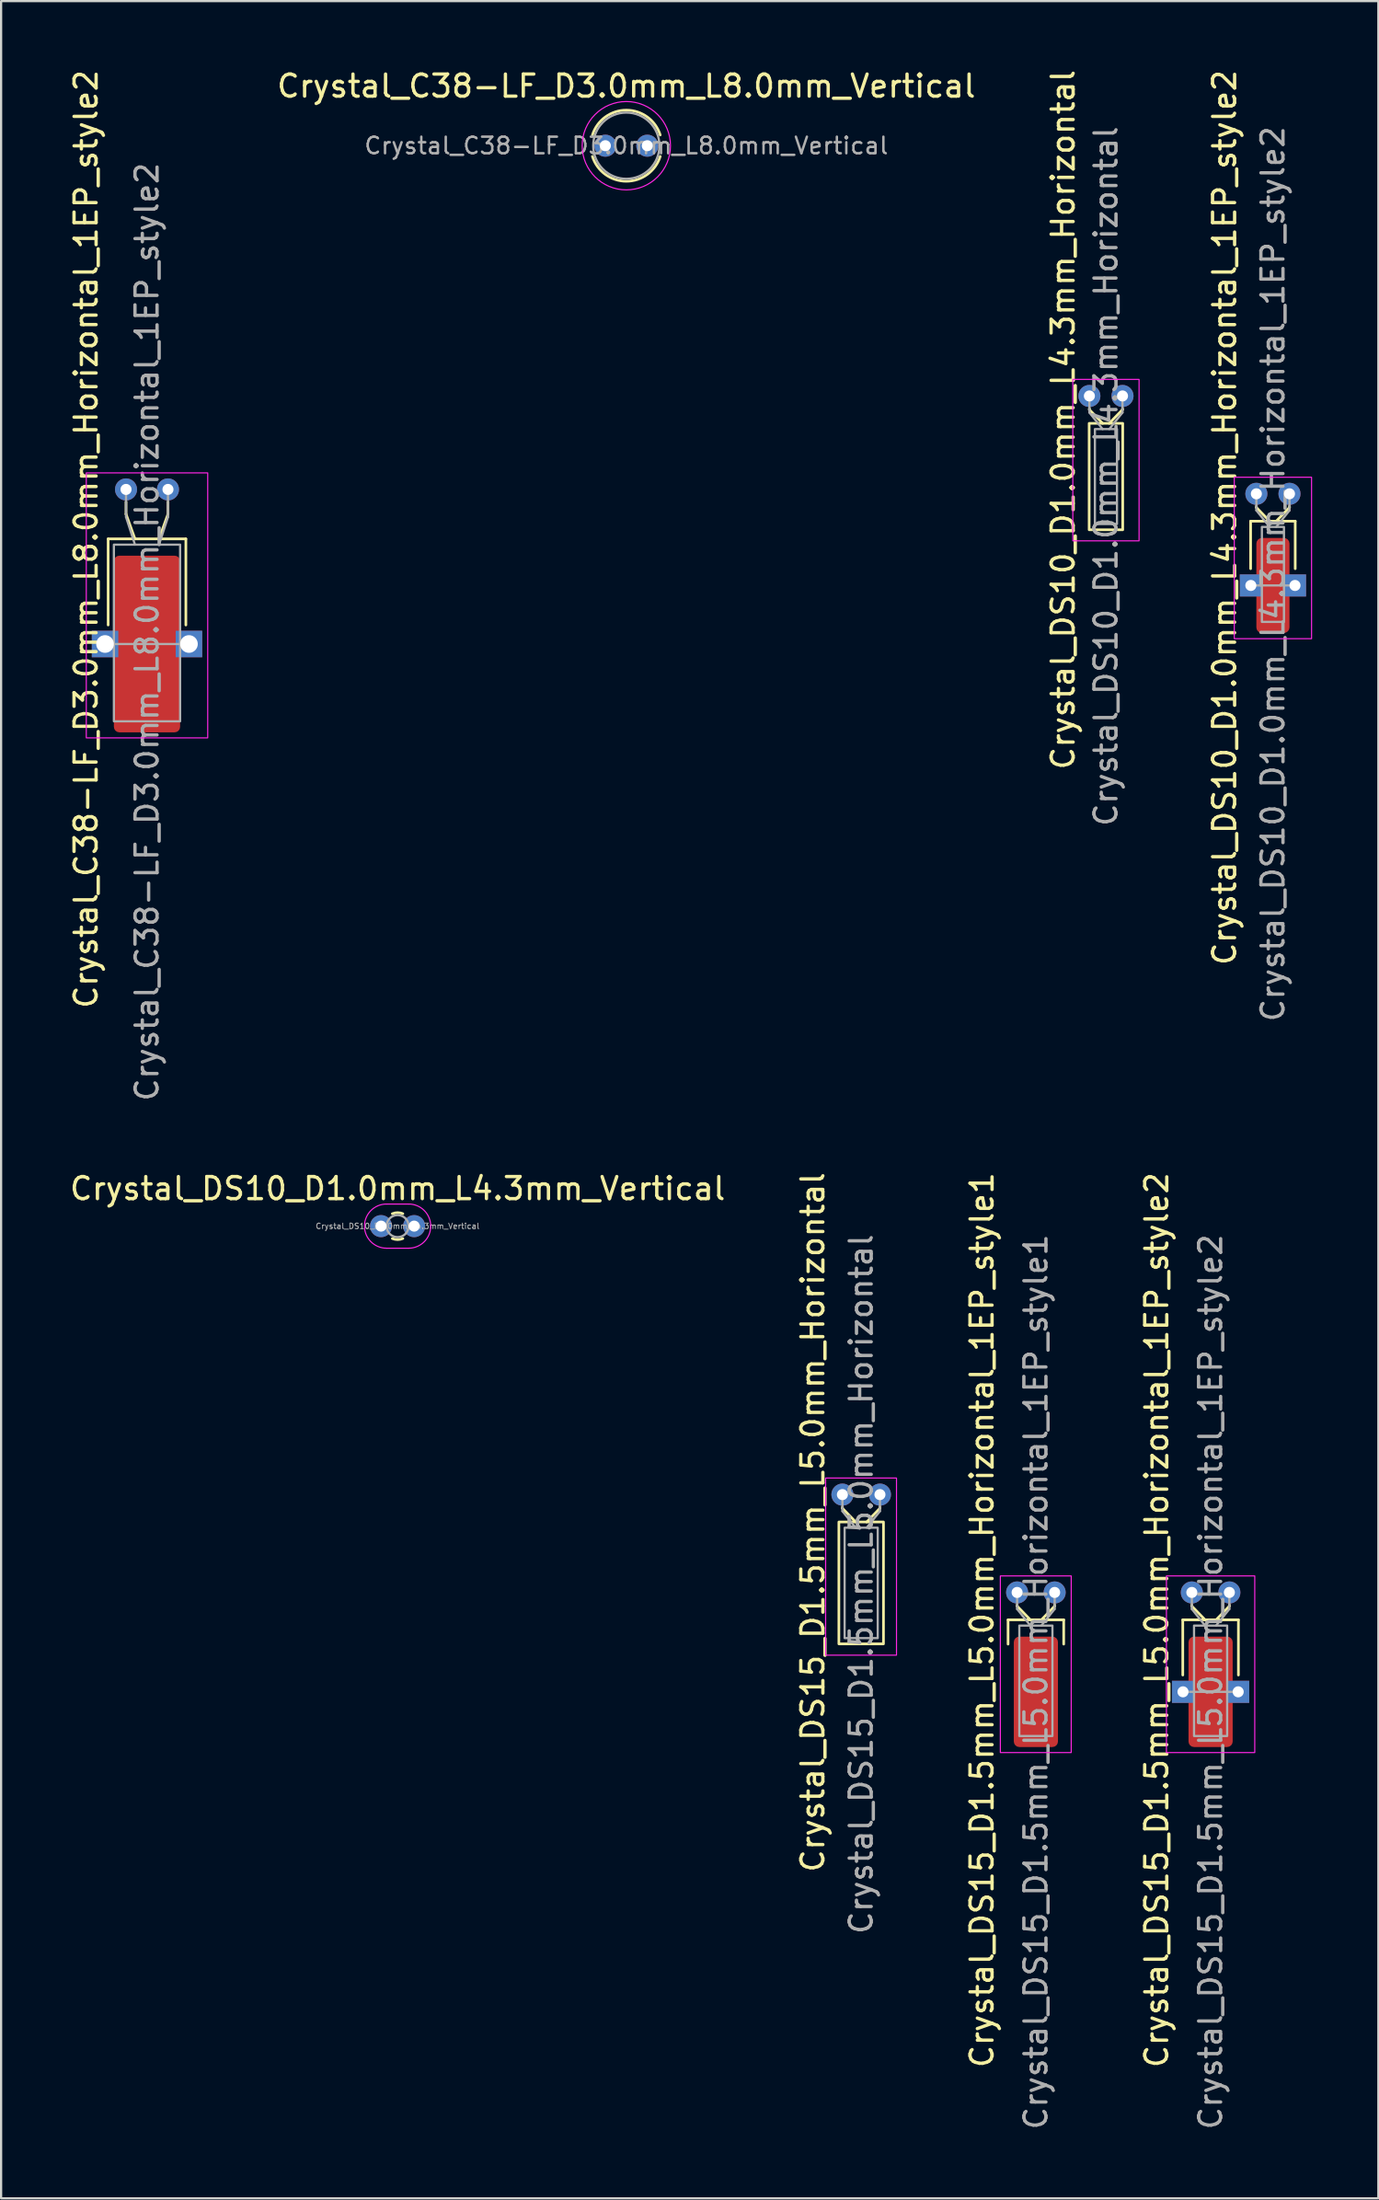
<source format=kicad_pcb>
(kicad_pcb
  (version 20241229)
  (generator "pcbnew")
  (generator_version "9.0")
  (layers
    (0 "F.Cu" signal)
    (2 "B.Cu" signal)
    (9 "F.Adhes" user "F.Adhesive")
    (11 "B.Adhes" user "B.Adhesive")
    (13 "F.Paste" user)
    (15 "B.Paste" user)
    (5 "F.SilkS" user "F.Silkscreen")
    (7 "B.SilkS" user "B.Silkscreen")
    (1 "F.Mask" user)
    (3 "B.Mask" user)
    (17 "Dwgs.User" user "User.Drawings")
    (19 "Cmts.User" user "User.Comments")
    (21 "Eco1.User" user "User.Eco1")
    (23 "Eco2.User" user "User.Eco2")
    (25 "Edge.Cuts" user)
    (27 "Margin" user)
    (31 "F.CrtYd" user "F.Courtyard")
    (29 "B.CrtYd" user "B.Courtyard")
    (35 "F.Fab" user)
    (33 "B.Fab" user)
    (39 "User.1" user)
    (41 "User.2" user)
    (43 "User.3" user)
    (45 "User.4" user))
  (footprint "Crystal_DS10_D1.0mm_L4.3mm_Vertical"
    (layer "F.Cu")
    (at 14.208 52.474)
    (property "Reference" "Crystal_DS10_D1.0mm_L4.3mm_Vertical" (at 0.75 -1.7 0) (layer "F.SilkS") (effects (font (size 1 1) (thickness 0.15))))
    (attr through_hole)
    (fp_arc (start 0.512 -0.562) (mid 0.75 -0.61) (end 0.988 -0.562) (stroke (width 0.12) (type solid)) (layer "F.SilkS"))
    (fp_arc (start 0.988 0.562) (mid 0.75 0.61) (end 0.512 0.562) (stroke (width 0.12) (type solid)) (layer "F.SilkS"))
    (fp_line (start 0.25 -1) (end 1.25 -1) (stroke (width 0.05) (type solid)) (layer "F.CrtYd"))
    (fp_line (start 1.25 1) (end 0.25 1) (stroke (width 0.05) (type solid)) (layer "F.CrtYd"))
    (fp_arc (start 0.25 1) (mid -0.75 0) (end 0.25 -1) (stroke (width 0.05) (type solid)) (layer "F.CrtYd"))
    (fp_arc (start 1.25 -1) (mid 2.25 0) (end 1.25 1) (stroke (width 0.05) (type solid)) (layer "F.CrtYd"))
    (fp_circle (center 0.75 0) (end 1.25 0) (stroke (width 0.1) (type solid)) (fill no) (layer "F.Fab"))
    (fp_text user "${REFERENCE}" (at 0.75 0 0) (layer "F.Fab") (effects (font (size 0.25 0.25) (thickness 0.04))))
    (pad "1" thru_hole circle (at 0 0) (size 1 1) (drill 0.5) (layers "*.Cu" "*.Mask"))
    (pad "2" thru_hole circle (at 1.5 0) (size 1 1) (drill 0.5) (layers "*.Cu" "*.Mask")))
  (footprint "Crystal_C38-LF_D3.0mm_L8.0mm_Horizontal_1EP_style2"
    (layer "F.Cu")
    (at 2.658 19.113)
    (property "Reference" "Crystal_C38-LF_D3.0mm_L8.0mm_Horizontal_1EP_style2" (at -1.81 2.25 90) (layer "F.SilkS") (effects (font (size 1 1) (thickness 0.15))))
    (attr through_hole)
    (fp_line (start -0.81 2.24) (end 2.71 2.24) (stroke (width 0.12) (type solid)) (layer "F.SilkS"))
    (fp_line (start -0.81 6.14) (end -0.81 2.24) (stroke (width 0.12) (type solid)) (layer "F.SilkS"))
    (fp_line (start 0 1.12) (end 0 0.56) (stroke (width 0.12) (type solid)) (layer "F.SilkS"))
    (fp_line (start 0.405 2.24) (end 0 1.12) (stroke (width 0.12) (type solid)) (layer "F.SilkS"))
    (fp_line (start 1.495 2.24) (end 1.9 1.12) (stroke (width 0.12) (type solid)) (layer "F.SilkS"))
    (fp_line (start 1.9 1.12) (end 1.9 0.56) (stroke (width 0.12) (type solid)) (layer "F.SilkS"))
    (fp_line (start 2.71 2.24) (end 2.71 6.14) (stroke (width 0.12) (type solid)) (layer "F.SilkS"))
    (fp_rect (start -1.8 -0.75) (end 3.7 11.25) (stroke (width 0.05) (type solid)) (fill no) (layer "F.CrtYd"))
    (fp_line (start -0.95 7) (end 2.85 7) (stroke (width 0.1) (type solid)) (layer "F.Fab"))
    (fp_line (start 0 1.25) (end 0 0) (stroke (width 0.1) (type solid)) (layer "F.Fab"))
    (fp_line (start 0.405 2.5) (end 0 1.25) (stroke (width 0.1) (type solid)) (layer "F.Fab"))
    (fp_line (start 1.495 2.5) (end 1.9 1.25) (stroke (width 0.1) (type solid)) (layer "F.Fab"))
    (fp_line (start 1.9 1.25) (end 1.9 0) (stroke (width 0.1) (type solid)) (layer "F.Fab"))
    (fp_rect (start -0.55 2.5) (end 2.45 10.5) (stroke (width 0.1) (type solid)) (fill no) (layer "F.Fab"))
    (fp_text user "${REFERENCE}" (at 0.95 6.45 90) (layer "F.Fab") (effects (font (size 1 1) (thickness 0.15))))
    (pad "1" thru_hole circle (at 0 0) (size 1 1) (drill 0.5) (layers "*.Cu" "*.Mask"))
    (pad "2" thru_hole circle (at 1.9 0) (size 1 1) (drill 0.5) (layers "*.Cu" "*.Mask"))
    (pad "3" thru_hole rect (at -0.95 7) (size 1.2 1.2) (drill 0.8) (layers "*.Cu" "*.Mask"))
    (pad "3" smd roundrect (at 0.95 7) (size 3 8) (layers "F.Cu" "F.Mask" "F.Paste") (roundrect_rratio 0.083))
    (pad "3" thru_hole rect (at 2.85 7) (size 1.2 1.2) (drill 0.8) (layers "*.Cu" "*.Mask")))
  (footprint "Crystal_DS15_D1.5mm_L5.0mm_Horizontal_1EP_style1"
    (layer "F.Cu")
    (at 43.018 69.063)
    (property "Reference" "Crystal_DS15_D1.5mm_L5.0mm_Horizontal_1EP_style1" (at -1.59 1.25 90) (layer "F.SilkS") (effects (font (size 1 1) (thickness 0.15))))
    (attr through_hole)
    (fp_line (start -0.41 1.24) (end 2.11 1.24) (stroke (width 0.12) (type solid)) (layer "F.SilkS"))
    (fp_line (start -0.41 2.34) (end -0.41 1.24) (stroke (width 0.12) (type solid)) (layer "F.SilkS"))
    (fp_line (start 0 0.62) (end 0 0.56) (stroke (width 0.12) (type solid)) (layer "F.SilkS"))
    (fp_line (start 0.6 1.24) (end 0 0.62) (stroke (width 0.12) (type solid)) (layer "F.SilkS"))
    (fp_line (start 1.1 1.24) (end 1.7 0.62) (stroke (width 0.12) (type solid)) (layer "F.SilkS"))
    (fp_line (start 1.7 0.62) (end 1.7 0.56) (stroke (width 0.12) (type solid)) (layer "F.SilkS"))
    (fp_line (start 2.11 1.24) (end 2.11 2.34) (stroke (width 0.12) (type solid)) (layer "F.SilkS"))
    (fp_rect (start -0.76 -0.75) (end 2.45 7.25) (stroke (width 0.05) (type solid)) (fill no) (layer "F.CrtYd"))
    (fp_line (start 0 0.75) (end 0 0) (stroke (width 0.1) (type solid)) (layer "F.Fab"))
    (fp_line (start 0.6 1.5) (end 0 0.75) (stroke (width 0.1) (type solid)) (layer "F.Fab"))
    (fp_line (start 1.1 1.5) (end 1.7 0.75) (stroke (width 0.1) (type solid)) (layer "F.Fab"))
    (fp_line (start 1.7 0.75) (end 1.7 0) (stroke (width 0.1) (type solid)) (layer "F.Fab"))
    (fp_rect (start 0.1 1.5) (end 1.6 6.5) (stroke (width 0.1) (type solid)) (fill no) (layer "F.Fab"))
    (fp_text user "${REFERENCE}" (at 0.85 4.05 90) (layer "F.Fab") (effects (font (size 1 1) (thickness 0.15))))
    (pad "1" thru_hole circle (at 0 0) (size 1 1) (drill 0.5) (layers "*.Cu" "*.Mask"))
    (pad "2" thru_hole circle (at 1.7 0) (size 1 1) (drill 0.5) (layers "*.Cu" "*.Mask"))
    (pad "3" smd roundrect (at 0.85 4.5) (size 2 5) (layers "F.Cu" "F.Mask" "F.Paste") (roundrect_rratio 0.125)))
  (footprint "Crystal_DS10_D1.0mm_L4.3mm_Horizontal"
    (layer "F.Cu")
    (at 46.291 14.881)
    (property "Reference" "Crystal_DS10_D1.0mm_L4.3mm_Horizontal" (at -1.19 1.077 90) (layer "F.SilkS") (effects (font (size 1 1) (thickness 0.15))))
    (attr through_hole)
    (fp_line (start 0 0.62) (end 0 0.56) (stroke (width 0.12) (type solid)) (layer "F.SilkS"))
    (fp_line (start 0.6 1.24) (end 0 0.62) (stroke (width 0.12) (type solid)) (layer "F.SilkS"))
    (fp_line (start 0.9 1.24) (end 1.5 0.62) (stroke (width 0.12) (type solid)) (layer "F.SilkS"))
    (fp_line (start 1.5 0.62) (end 1.5 0.56) (stroke (width 0.12) (type solid)) (layer "F.SilkS"))
    (fp_rect (start -0.01 1.24) (end 1.51 6.06) (stroke (width 0.12) (type solid)) (fill no) (layer "F.SilkS"))
    (fp_rect (start -0.75 -0.75) (end 2.25 6.56) (stroke (width 0.05) (type solid)) (fill no) (layer "F.CrtYd"))
    (fp_line (start 0 0.75) (end 0 0) (stroke (width 0.1) (type solid)) (layer "F.Fab"))
    (fp_line (start 0.6 1.5) (end 0 0.75) (stroke (width 0.1) (type solid)) (layer "F.Fab"))
    (fp_line (start 0.9 1.5) (end 1.5 0.75) (stroke (width 0.1) (type solid)) (layer "F.Fab"))
    (fp_line (start 1.5 0.75) (end 1.5 0) (stroke (width 0.1) (type solid)) (layer "F.Fab"))
    (fp_rect (start 0.25 1.5) (end 1.25 5.8) (stroke (width 0.1) (type solid)) (fill no) (layer "F.Fab"))
    (fp_text user "${REFERENCE}" (at 0.75 3.636 90) (layer "F.Fab") (effects (font (size 1 1) (thickness 0.15))))
    (pad "1" thru_hole circle (at 0 0) (size 1 1) (drill 0.5) (layers "*.Cu" "*.Mask"))
    (pad "2" thru_hole circle (at 1.5 0) (size 1 1) (drill 0.5) (layers "*.Cu" "*.Mask")))
  (footprint "Crystal_C38-LF_D3.0mm_L8.0mm_Vertical"
    (layer "F.Cu")
    (at 24.368 3.548)
    (property "Reference" "Crystal_C38-LF_D3.0mm_L8.0mm_Vertical" (at 0.95 -2.7 0) (layer "F.SilkS") (effects (font (size 1 1) (thickness 0.15))))
    (attr through_hole)
    (fp_arc (start -0.585 -0.485) (mid 0.95 -1.61) (end 2.485 -0.485) (stroke (width 0.12) (type solid)) (layer "F.SilkS"))
    (fp_arc (start 2.485 0.485) (mid 0.95 1.61) (end -0.585 0.485) (stroke (width 0.12) (type solid)) (layer "F.SilkS"))
    (fp_circle (center 0.95 0) (end 2.95 0) (stroke (width 0.05) (type solid)) (fill no) (layer "F.CrtYd"))
    (fp_circle (center 0.95 0) (end 2.45 0) (stroke (width 0.1) (type solid)) (fill no) (layer "F.Fab"))
    (fp_text user "${REFERENCE}" (at 0.95 0 0) (layer "F.Fab") (effects (font (size 0.75 0.75) (thickness 0.11))))
    (pad "1" thru_hole circle (at 0 0) (size 1 1) (drill 0.5) (layers "*.Cu" "*.Mask"))
    (pad "2" thru_hole circle (at 1.9 0) (size 1 1) (drill 0.5) (layers "*.Cu" "*.Mask")))
  (footprint "Crystal_DS15_D1.5mm_L5.0mm_Horizontal"
    (layer "F.Cu")
    (at 35.105 64.632)
    (property "Reference" "Crystal_DS15_D1.5mm_L5.0mm_Horizontal" (at -1.34 1.252 90) (layer "F.SilkS") (effects (font (size 1 1) (thickness 0.15))))
    (attr through_hole)
    (fp_line (start 0 0.62) (end 0 0.56) (stroke (width 0.12) (type solid)) (layer "F.SilkS"))
    (fp_line (start 0.6 1.24) (end 0 0.62) (stroke (width 0.12) (type solid)) (layer "F.SilkS"))
    (fp_line (start 1.1 1.24) (end 1.7 0.62) (stroke (width 0.12) (type solid)) (layer "F.SilkS"))
    (fp_line (start 1.7 0.62) (end 1.7 0.56) (stroke (width 0.12) (type solid)) (layer "F.SilkS"))
    (fp_rect (start -0.16 1.24) (end 1.86 6.76) (stroke (width 0.12) (type solid)) (fill no) (layer "F.SilkS"))
    (fp_rect (start -0.76 -0.75) (end 2.45 7.27) (stroke (width 0.05) (type solid)) (fill no) (layer "F.CrtYd"))
    (fp_line (start 0 0.75) (end 0 0) (stroke (width 0.1) (type solid)) (layer "F.Fab"))
    (fp_line (start 0.6 1.5) (end 0 0.75) (stroke (width 0.1) (type solid)) (layer "F.Fab"))
    (fp_line (start 1.1 1.5) (end 1.7 0.75) (stroke (width 0.1) (type solid)) (layer "F.Fab"))
    (fp_line (start 1.7 0.75) (end 1.7 0) (stroke (width 0.1) (type solid)) (layer "F.Fab"))
    (fp_rect (start 0.1 1.5) (end 1.6 6.5) (stroke (width 0.1) (type solid)) (fill no) (layer "F.Fab"))
    (fp_text user "${REFERENCE}" (at 0.85 4.056 90) (layer "F.Fab") (effects (font (size 1 1) (thickness 0.15))))
    (pad "1" thru_hole circle (at 0 0) (size 1 1) (drill 0.5) (layers "*.Cu" "*.Mask"))
    (pad "2" thru_hole circle (at 1.7 0) (size 1 1) (drill 0.5) (layers "*.Cu" "*.Mask")))
  (footprint "Crystal_DS15_D1.5mm_L5.0mm_Horizontal_1EP_style2"
    (layer "F.Cu")
    (at 50.931 69.063)
    (property "Reference" "Crystal_DS15_D1.5mm_L5.0mm_Horizontal_1EP_style2" (at -1.59 1.25 90) (layer "F.SilkS") (effects (font (size 1 1) (thickness 0.15))))
    (attr through_hole)
    (fp_line (start -0.41 1.24) (end 2.11 1.24) (stroke (width 0.12) (type solid)) (layer "F.SilkS"))
    (fp_line (start -0.41 3.74) (end -0.41 1.24) (stroke (width 0.12) (type solid)) (layer "F.SilkS"))
    (fp_line (start 0 0.62) (end 0 0.56) (stroke (width 0.12) (type solid)) (layer "F.SilkS"))
    (fp_line (start 0.6 1.24) (end 0 0.62) (stroke (width 0.12) (type solid)) (layer "F.SilkS"))
    (fp_line (start 1.1 1.24) (end 1.7 0.62) (stroke (width 0.12) (type solid)) (layer "F.SilkS"))
    (fp_line (start 1.7 0.62) (end 1.7 0.56) (stroke (width 0.12) (type solid)) (layer "F.SilkS"))
    (fp_line (start 2.11 1.24) (end 2.11 3.74) (stroke (width 0.12) (type solid)) (layer "F.SilkS"))
    (fp_rect (start -1.15 -0.75) (end 2.85 7.25) (stroke (width 0.05) (type solid)) (fill no) (layer "F.CrtYd"))
    (fp_line (start -0.4 4.5) (end 2.1 4.5) (stroke (width 0.1) (type solid)) (layer "F.Fab"))
    (fp_line (start 0 0.75) (end 0 0) (stroke (width 0.1) (type solid)) (layer "F.Fab"))
    (fp_line (start 0.6 1.5) (end 0 0.75) (stroke (width 0.1) (type solid)) (layer "F.Fab"))
    (fp_line (start 1.1 1.5) (end 1.7 0.75) (stroke (width 0.1) (type solid)) (layer "F.Fab"))
    (fp_line (start 1.7 0.75) (end 1.7 0) (stroke (width 0.1) (type solid)) (layer "F.Fab"))
    (fp_rect (start 0.1 1.5) (end 1.6 6.5) (stroke (width 0.1) (type solid)) (fill no) (layer "F.Fab"))
    (fp_text user "${REFERENCE}" (at 0.85 4.05 90) (layer "F.Fab") (effects (font (size 1 1) (thickness 0.15))))
    (pad "1" thru_hole circle (at 0 0) (size 1 1) (drill 0.5) (layers "*.Cu" "*.Mask"))
    (pad "2" thru_hole circle (at 1.7 0) (size 1 1) (drill 0.5) (layers "*.Cu" "*.Mask"))
    (pad "3" thru_hole rect (at -0.4 4.5) (size 1 1) (drill 0.5) (layers "*.Cu" "*.Mask"))
    (pad "3" smd roundrect (at 0.85 4.5) (size 2 5) (layers "F.Cu" "F.Mask" "F.Paste") (roundrect_rratio 0.125))
    (pad "3" thru_hole rect (at 2.1 4.5) (size 1 1) (drill 0.5) (layers "*.Cu" "*.Mask")))
  (footprint "Crystal_DS10_D1.0mm_L4.3mm_Horizontal_1EP_style2"
    (layer "F.Cu")
    (at 53.854 19.312)
    (property "Reference" "Crystal_DS10_D1.0mm_L4.3mm_Horizontal_1EP_style2" (at -1.44 1.075 90) (layer "F.SilkS") (effects (font (size 1 1) (thickness 0.15))))
    (attr through_hole)
    (fp_line (start -0.26 1.24) (end 1.76 1.24) (stroke (width 0.12) (type solid)) (layer "F.SilkS"))
    (fp_line (start -0.26 3.39) (end -0.26 1.24) (stroke (width 0.12) (type solid)) (layer "F.SilkS"))
    (fp_line (start 0 0.62) (end 0 0.56) (stroke (width 0.12) (type solid)) (layer "F.SilkS"))
    (fp_line (start 0.6 1.24) (end 0 0.62) (stroke (width 0.12) (type solid)) (layer "F.SilkS"))
    (fp_line (start 0.9 1.24) (end 1.5 0.62) (stroke (width 0.12) (type solid)) (layer "F.SilkS"))
    (fp_line (start 1.5 0.62) (end 1.5 0.56) (stroke (width 0.12) (type solid)) (layer "F.SilkS"))
    (fp_line (start 1.76 1.24) (end 1.76 3.39) (stroke (width 0.12) (type solid)) (layer "F.SilkS"))
    (fp_rect (start -1 -0.75) (end 2.5 6.56) (stroke (width 0.05) (type solid)) (fill no) (layer "F.CrtYd"))
    (fp_line (start -0.25 4.15) (end 1.75 4.15) (stroke (width 0.1) (type solid)) (layer "F.Fab"))
    (fp_line (start 0 0.75) (end 0 0) (stroke (width 0.1) (type solid)) (layer "F.Fab"))
    (fp_line (start 0.6 1.5) (end 0 0.75) (stroke (width 0.1) (type solid)) (layer "F.Fab"))
    (fp_line (start 0.9 1.5) (end 1.5 0.75) (stroke (width 0.1) (type solid)) (layer "F.Fab"))
    (fp_line (start 1.5 0.75) (end 1.5 0) (stroke (width 0.1) (type solid)) (layer "F.Fab"))
    (fp_rect (start 0.25 1.5) (end 1.25 5.8) (stroke (width 0.1) (type solid)) (fill no) (layer "F.Fab"))
    (fp_text user "${REFERENCE}" (at 0.75 3.63 90) (layer "F.Fab") (effects (font (size 1 1) (thickness 0.15))))
    (pad "1" thru_hole circle (at 0 0) (size 1 1) (drill 0.5) (layers "*.Cu" "*.Mask"))
    (pad "2" thru_hole circle (at 1.5 0) (size 1 1) (drill 0.5) (layers "*.Cu" "*.Mask"))
    (pad "3" thru_hole rect (at -0.25 4.15) (size 1 1) (drill 0.5) (layers "*.Cu" "*.Mask"))
    (pad "3" smd roundrect (at 0.75 4.15) (size 1.5 4.3) (layers "F.Cu" "F.Mask" "F.Paste") (roundrect_rratio 0.167))
    (pad "3" thru_hole rect (at 1.75 4.15) (size 1 1) (drill 0.5) (layers "*.Cu" "*.Mask")))
  (gr_rect
    (start -3 -3)
    (end 59.379 96.5)
    (stroke (width 0.1) (type default))
    (fill no)
    (layer "Edge.Cuts")))
</source>
